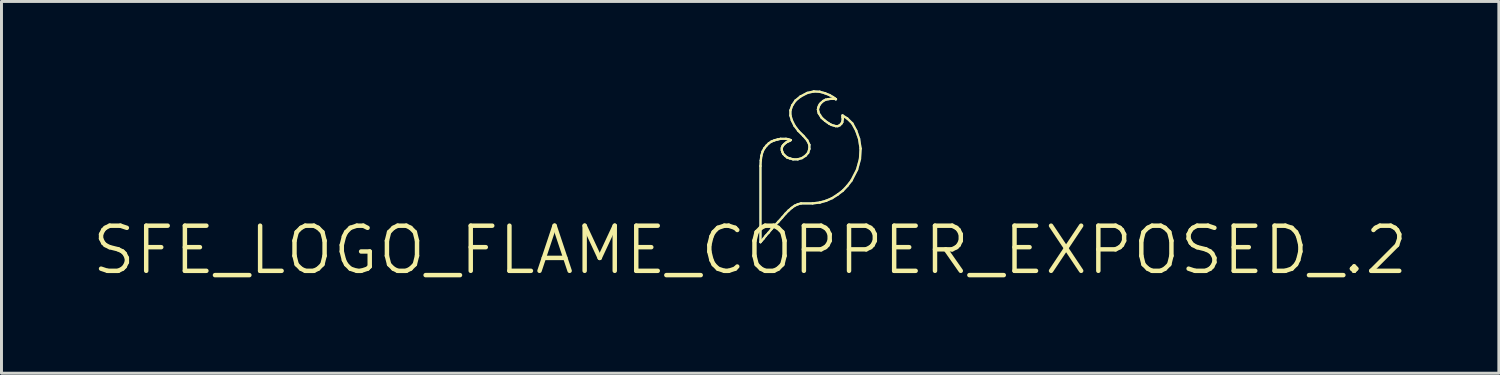
<source format=kicad_pcb>
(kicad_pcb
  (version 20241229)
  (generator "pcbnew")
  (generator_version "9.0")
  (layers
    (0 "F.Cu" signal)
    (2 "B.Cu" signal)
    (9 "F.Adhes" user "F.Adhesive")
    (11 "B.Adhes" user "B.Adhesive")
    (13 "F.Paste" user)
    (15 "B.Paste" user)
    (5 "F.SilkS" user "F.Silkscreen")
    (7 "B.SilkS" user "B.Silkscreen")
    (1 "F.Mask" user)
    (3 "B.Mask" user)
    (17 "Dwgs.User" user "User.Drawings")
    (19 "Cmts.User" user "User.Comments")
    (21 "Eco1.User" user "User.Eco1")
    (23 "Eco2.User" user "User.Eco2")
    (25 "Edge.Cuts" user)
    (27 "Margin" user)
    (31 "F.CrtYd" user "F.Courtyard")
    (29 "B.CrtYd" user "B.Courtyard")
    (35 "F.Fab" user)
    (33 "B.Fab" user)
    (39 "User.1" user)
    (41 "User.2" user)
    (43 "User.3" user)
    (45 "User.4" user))
  (footprint "SFE_LOGO_FLAME_COPPER_EXPOSED_.2"
    (layer "F.Cu")
    (at 22.279 5.397)
    (property "Reference" "SFE_LOGO_FLAME_COPPER_EXPOSED_.2" (at 0 0 0) (layer "F.SilkS") (effects (font (size 1.524 1.524) (thickness 0.15))))
    (attr exclude_from_pos_files exclude_from_bom)
    (fp_line (start 0.348 -2.84) (end 0.348 -0.269) (stroke (width 0.076) (type solid)) (layer "B.Cu"))
    (fp_line (start 0.348 -0.269) (end 0.358 -0.29) (stroke (width 0.076) (type solid)) (layer "B.Cu"))
    (fp_line (start 0.358 -3.028) (end 0.348 -2.84) (stroke (width 0.076) (type solid)) (layer "B.Cu"))
    (fp_line (start 0.358 -0.29) (end 0.399 -0.328) (stroke (width 0.076) (type solid)) (layer "B.Cu"))
    (fp_line (start 0.378 -3.188) (end 0.358 -3.028) (stroke (width 0.076) (type solid)) (layer "B.Cu"))
    (fp_line (start 0.399 -0.328) (end 0.46 -0.399) (stroke (width 0.076) (type solid)) (layer "B.Cu"))
    (fp_line (start 0.419 -3.33) (end 0.378 -3.188) (stroke (width 0.076) (type solid)) (layer "B.Cu"))
    (fp_line (start 0.46 -0.399) (end 0.528 -0.488) (stroke (width 0.076) (type solid)) (layer "B.Cu"))
    (fp_line (start 0.478 -3.439) (end 0.419 -3.33) (stroke (width 0.076) (type solid)) (layer "B.Cu"))
    (fp_line (start 0.528 -0.488) (end 0.62 -0.589) (stroke (width 0.076) (type solid)) (layer "B.Cu"))
    (fp_line (start 0.549 -3.528) (end 0.478 -3.439) (stroke (width 0.076) (type solid)) (layer "B.Cu"))
    (fp_line (start 0.62 -0.589) (end 0.719 -0.709) (stroke (width 0.076) (type solid)) (layer "B.Cu"))
    (fp_line (start 0.63 -3.609) (end 0.549 -3.528) (stroke (width 0.076) (type solid)) (layer "B.Cu"))
    (fp_line (start 0.719 -3.668) (end 0.63 -3.609) (stroke (width 0.076) (type solid)) (layer "B.Cu"))
    (fp_line (start 0.719 -0.709) (end 0.828 -0.828) (stroke (width 0.076) (type solid)) (layer "B.Cu"))
    (fp_line (start 0.818 -3.708) (end 0.719 -3.668) (stroke (width 0.076) (type solid)) (layer "B.Cu"))
    (fp_line (start 0.828 -0.828) (end 0.95 -0.958) (stroke (width 0.076) (type solid)) (layer "B.Cu"))
    (fp_line (start 0.93 -3.739) (end 0.818 -3.708) (stroke (width 0.076) (type solid)) (layer "B.Cu"))
    (fp_line (start 0.95 -0.958) (end 1.079 -1.1) (stroke (width 0.076) (type solid)) (layer "B.Cu"))
    (fp_line (start 1.029 -3.759) (end 0.93 -3.739) (stroke (width 0.076) (type solid)) (layer "B.Cu"))
    (fp_line (start 1.069 -3.449) (end 1.09 -3.508) (stroke (width 0.076) (type solid)) (layer "B.Cu"))
    (fp_line (start 1.069 -3.378) (end 1.069 -3.449) (stroke (width 0.076) (type solid)) (layer "B.Cu"))
    (fp_line (start 1.079 -1.1) (end 1.189 -1.229) (stroke (width 0.076) (type solid)) (layer "B.Cu"))
    (fp_line (start 1.09 -3.508) (end 1.118 -3.548) (stroke (width 0.076) (type solid)) (layer "B.Cu"))
    (fp_line (start 1.09 -3.31) (end 1.069 -3.378) (stroke (width 0.076) (type solid)) (layer "B.Cu"))
    (fp_line (start 1.118 -3.548) (end 1.158 -3.589) (stroke (width 0.076) (type solid)) (layer "B.Cu"))
    (fp_line (start 1.118 -3.249) (end 1.09 -3.31) (stroke (width 0.076) (type solid)) (layer "B.Cu"))
    (fp_line (start 1.158 -3.589) (end 1.209 -3.63) (stroke (width 0.076) (type solid)) (layer "B.Cu"))
    (fp_line (start 1.179 -3.188) (end 1.118 -3.249) (stroke (width 0.076) (type solid)) (layer "B.Cu"))
    (fp_line (start 1.189 -1.229) (end 1.298 -1.339) (stroke (width 0.076) (type solid)) (layer "B.Cu"))
    (fp_line (start 1.209 -3.759) (end 1.029 -3.759) (stroke (width 0.076) (type solid)) (layer "B.Cu"))
    (fp_line (start 1.209 -3.63) (end 1.25 -3.658) (stroke (width 0.076) (type solid)) (layer "B.Cu"))
    (fp_line (start 1.25 -3.658) (end 1.298 -3.678) (stroke (width 0.076) (type solid)) (layer "B.Cu"))
    (fp_line (start 1.25 -3.129) (end 1.179 -3.188) (stroke (width 0.076) (type solid)) (layer "B.Cu"))
    (fp_line (start 1.278 -3.749) (end 1.209 -3.759) (stroke (width 0.076) (type solid)) (layer "B.Cu"))
    (fp_line (start 1.298 -3.678) (end 1.339 -3.698) (stroke (width 0.076) (type solid)) (layer "B.Cu"))
    (fp_line (start 1.298 -1.339) (end 1.4 -1.427) (stroke (width 0.076) (type solid)) (layer "B.Cu"))
    (fp_line (start 1.328 -3.729) (end 1.278 -3.749) (stroke (width 0.076) (type solid)) (layer "B.Cu"))
    (fp_line (start 1.339 -3.698) (end 1.359 -3.708) (stroke (width 0.076) (type solid)) (layer "B.Cu"))
    (fp_line (start 1.339 -3.099) (end 1.25 -3.129) (stroke (width 0.076) (type solid)) (layer "B.Cu"))
    (fp_line (start 1.359 -4.719) (end 1.359 -4.549) (stroke (width 0.076) (type solid)) (layer "B.Cu"))
    (fp_line (start 1.359 -4.549) (end 1.41 -4.379) (stroke (width 0.076) (type solid)) (layer "B.Cu"))
    (fp_line (start 1.359 -3.719) (end 1.328 -3.729) (stroke (width 0.076) (type solid)) (layer "B.Cu"))
    (fp_line (start 1.359 -3.708) (end 1.369 -3.719) (stroke (width 0.076) (type solid)) (layer "B.Cu"))
    (fp_line (start 1.369 -3.719) (end 1.359 -3.719) (stroke (width 0.076) (type solid)) (layer "B.Cu"))
    (fp_line (start 1.4 -1.427) (end 1.499 -1.499) (stroke (width 0.076) (type solid)) (layer "B.Cu"))
    (fp_line (start 1.41 -4.379) (end 1.499 -4.199) (stroke (width 0.076) (type solid)) (layer "B.Cu"))
    (fp_line (start 1.42 -4.889) (end 1.359 -4.719) (stroke (width 0.076) (type solid)) (layer "B.Cu"))
    (fp_line (start 1.448 -3.068) (end 1.339 -3.099) (stroke (width 0.076) (type solid)) (layer "B.Cu"))
    (fp_line (start 1.499 -4.199) (end 1.628 -4.028) (stroke (width 0.076) (type solid)) (layer "B.Cu"))
    (fp_line (start 1.499 -1.499) (end 1.608 -1.549) (stroke (width 0.076) (type solid)) (layer "B.Cu"))
    (fp_line (start 1.529 -5.05) (end 1.42 -4.889) (stroke (width 0.076) (type solid)) (layer "B.Cu"))
    (fp_line (start 1.608 -3.068) (end 1.448 -3.068) (stroke (width 0.076) (type solid)) (layer "B.Cu"))
    (fp_line (start 1.608 -1.549) (end 1.72 -1.58) (stroke (width 0.076) (type solid)) (layer "B.Cu"))
    (fp_line (start 1.628 -4.028) (end 1.798 -3.858) (stroke (width 0.076) (type solid)) (layer "B.Cu"))
    (fp_line (start 1.699 -5.189) (end 1.529 -5.05) (stroke (width 0.076) (type solid)) (layer "B.Cu"))
    (fp_line (start 1.72 -1.58) (end 2.108 -1.58) (stroke (width 0.076) (type solid)) (layer "B.Cu"))
    (fp_line (start 1.748 -3.109) (end 1.608 -3.068) (stroke (width 0.076) (type solid)) (layer "B.Cu"))
    (fp_line (start 1.798 -3.858) (end 1.928 -3.708) (stroke (width 0.076) (type solid)) (layer "B.Cu"))
    (fp_line (start 1.869 -3.188) (end 1.748 -3.109) (stroke (width 0.076) (type solid)) (layer "B.Cu"))
    (fp_line (start 1.928 -5.309) (end 1.699 -5.189) (stroke (width 0.076) (type solid)) (layer "B.Cu"))
    (fp_line (start 1.928 -3.708) (end 1.999 -3.559) (stroke (width 0.076) (type solid)) (layer "B.Cu"))
    (fp_line (start 1.958 -3.289) (end 1.869 -3.188) (stroke (width 0.076) (type solid)) (layer "B.Cu"))
    (fp_line (start 1.999 -3.559) (end 1.999 -3.419) (stroke (width 0.076) (type solid)) (layer "B.Cu"))
    (fp_line (start 1.999 -3.419) (end 1.958 -3.289) (stroke (width 0.076) (type solid)) (layer "B.Cu"))
    (fp_line (start 2.108 -1.58) (end 2.349 -1.608) (stroke (width 0.076) (type solid)) (layer "B.Cu"))
    (fp_line (start 2.149 -5.359) (end 1.928 -5.309) (stroke (width 0.076) (type solid)) (layer "B.Cu"))
    (fp_line (start 2.289 -4.75) (end 2.299 -4.808) (stroke (width 0.076) (type solid)) (layer "B.Cu"))
    (fp_line (start 2.299 -4.808) (end 2.319 -4.859) (stroke (width 0.076) (type solid)) (layer "B.Cu"))
    (fp_line (start 2.299 -4.689) (end 2.289 -4.75) (stroke (width 0.076) (type solid)) (layer "B.Cu"))
    (fp_line (start 2.319 -4.859) (end 2.349 -4.92) (stroke (width 0.076) (type solid)) (layer "B.Cu"))
    (fp_line (start 2.319 -4.618) (end 2.299 -4.689) (stroke (width 0.076) (type solid)) (layer "B.Cu"))
    (fp_line (start 2.349 -5.349) (end 2.149 -5.359) (stroke (width 0.076) (type solid)) (layer "B.Cu"))
    (fp_line (start 2.349 -4.92) (end 2.388 -4.968) (stroke (width 0.076) (type solid)) (layer "B.Cu"))
    (fp_line (start 2.349 -1.608) (end 2.568 -1.669) (stroke (width 0.076) (type solid)) (layer "B.Cu"))
    (fp_line (start 2.36 -4.559) (end 2.319 -4.618) (stroke (width 0.076) (type solid)) (layer "B.Cu"))
    (fp_line (start 2.388 -4.968) (end 2.469 -5.039) (stroke (width 0.076) (type solid)) (layer "B.Cu"))
    (fp_line (start 2.408 -4.478) (end 2.36 -4.559) (stroke (width 0.076) (type solid)) (layer "B.Cu"))
    (fp_line (start 2.459 -4.43) (end 2.408 -4.478) (stroke (width 0.076) (type solid)) (layer "B.Cu"))
    (fp_line (start 2.469 -5.039) (end 2.548 -5.08) (stroke (width 0.076) (type solid)) (layer "B.Cu"))
    (fp_line (start 2.53 -5.298) (end 2.349 -5.349) (stroke (width 0.076) (type solid)) (layer "B.Cu"))
    (fp_line (start 2.53 -4.369) (end 2.459 -4.43) (stroke (width 0.076) (type solid)) (layer "B.Cu"))
    (fp_line (start 2.548 -5.08) (end 2.629 -5.098) (stroke (width 0.076) (type solid)) (layer "B.Cu"))
    (fp_line (start 2.568 -1.669) (end 2.769 -1.758) (stroke (width 0.076) (type solid)) (layer "B.Cu"))
    (fp_line (start 2.598 -4.318) (end 2.53 -4.369) (stroke (width 0.076) (type solid)) (layer "B.Cu"))
    (fp_line (start 2.629 -5.098) (end 2.718 -5.108) (stroke (width 0.076) (type solid)) (layer "B.Cu"))
    (fp_line (start 2.67 -4.27) (end 2.598 -4.318) (stroke (width 0.076) (type solid)) (layer "B.Cu"))
    (fp_line (start 2.68 -5.237) (end 2.53 -5.298) (stroke (width 0.076) (type solid)) (layer "B.Cu"))
    (fp_line (start 2.718 -5.108) (end 2.85 -5.108) (stroke (width 0.076) (type solid)) (layer "B.Cu"))
    (fp_line (start 2.748 -4.229) (end 2.67 -4.27) (stroke (width 0.076) (type solid)) (layer "B.Cu"))
    (fp_line (start 2.769 -1.758) (end 2.959 -1.88) (stroke (width 0.076) (type solid)) (layer "B.Cu"))
    (fp_line (start 2.799 -5.169) (end 2.68 -5.237) (stroke (width 0.076) (type solid)) (layer "B.Cu"))
    (fp_line (start 2.819 -4.209) (end 2.748 -4.229) (stroke (width 0.076) (type solid)) (layer "B.Cu"))
    (fp_line (start 2.85 -5.108) (end 2.888 -5.098) (stroke (width 0.076) (type solid)) (layer "B.Cu"))
    (fp_line (start 2.868 -5.118) (end 2.799 -5.169) (stroke (width 0.076) (type solid)) (layer "B.Cu"))
    (fp_line (start 2.888 -5.098) (end 2.898 -5.098) (stroke (width 0.076) (type solid)) (layer "B.Cu"))
    (fp_line (start 2.888 -4.188) (end 2.819 -4.209) (stroke (width 0.076) (type solid)) (layer "B.Cu"))
    (fp_line (start 2.898 -5.098) (end 2.868 -5.118) (stroke (width 0.076) (type solid)) (layer "B.Cu"))
    (fp_line (start 2.959 -4.188) (end 2.888 -4.188) (stroke (width 0.076) (type solid)) (layer "B.Cu"))
    (fp_line (start 2.959 -1.88) (end 3.129 -2.009) (stroke (width 0.076) (type solid)) (layer "B.Cu"))
    (fp_line (start 3.028 -4.219) (end 2.959 -4.188) (stroke (width 0.076) (type solid)) (layer "B.Cu"))
    (fp_line (start 3.078 -4.27) (end 3.028 -4.219) (stroke (width 0.076) (type solid)) (layer "B.Cu"))
    (fp_line (start 3.109 -4.318) (end 3.078 -4.27) (stroke (width 0.076) (type solid)) (layer "B.Cu"))
    (fp_line (start 3.119 -4.549) (end 3.119 -4.539) (stroke (width 0.076) (type solid)) (layer "B.Cu"))
    (fp_line (start 3.119 -4.539) (end 3.119 -4.488) (stroke (width 0.076) (type solid)) (layer "B.Cu"))
    (fp_line (start 3.119 -4.488) (end 3.129 -4.44) (stroke (width 0.076) (type solid)) (layer "B.Cu"))
    (fp_line (start 3.119 -4.379) (end 3.109 -4.318) (stroke (width 0.076) (type solid)) (layer "B.Cu"))
    (fp_line (start 3.129 -4.44) (end 3.119 -4.379) (stroke (width 0.076) (type solid)) (layer "B.Cu"))
    (fp_line (start 3.129 -2.009) (end 3.279 -2.169) (stroke (width 0.076) (type solid)) (layer "B.Cu"))
    (fp_line (start 3.279 -4.448) (end 3.119 -4.549) (stroke (width 0.076) (type solid)) (layer "B.Cu"))
    (fp_line (start 3.279 -2.169) (end 3.419 -2.349) (stroke (width 0.076) (type solid)) (layer "B.Cu"))
    (fp_line (start 3.419 -2.349) (end 3.609 -2.718) (stroke (width 0.076) (type solid)) (layer "B.Cu"))
    (fp_line (start 3.449 -4.28) (end 3.279 -4.448) (stroke (width 0.076) (type solid)) (layer "B.Cu"))
    (fp_line (start 3.579 -4.039) (end 3.449 -4.28) (stroke (width 0.076) (type solid)) (layer "B.Cu"))
    (fp_line (start 3.609 -2.718) (end 3.708 -3.078) (stroke (width 0.076) (type solid)) (layer "B.Cu"))
    (fp_line (start 3.678 -3.759) (end 3.579 -4.039) (stroke (width 0.076) (type solid)) (layer "B.Cu"))
    (fp_line (start 3.708 -3.078) (end 3.729 -3.429) (stroke (width 0.076) (type solid)) (layer "B.Cu"))
    (fp_line (start 3.729 -3.429) (end 3.678 -3.759) (stroke (width 0.076) (type solid)) (layer "B.Cu"))
    (fp_line (start 0.348 -2.84) (end 0.348 -0.269) (stroke (width 0.076) (type solid)) (layer "F.SilkS"))
    (fp_line (start 0.348 -0.269) (end 0.358 -0.29) (stroke (width 0.076) (type solid)) (layer "F.SilkS"))
    (fp_line (start 0.358 -3.028) (end 0.348 -2.84) (stroke (width 0.076) (type solid)) (layer "F.SilkS"))
    (fp_line (start 0.358 -0.29) (end 0.399 -0.328) (stroke (width 0.076) (type solid)) (layer "F.SilkS"))
    (fp_line (start 0.378 -3.188) (end 0.358 -3.028) (stroke (width 0.076) (type solid)) (layer "F.SilkS"))
    (fp_line (start 0.399 -0.328) (end 0.46 -0.399) (stroke (width 0.076) (type solid)) (layer "F.SilkS"))
    (fp_line (start 0.419 -3.33) (end 0.378 -3.188) (stroke (width 0.076) (type solid)) (layer "F.SilkS"))
    (fp_line (start 0.46 -0.399) (end 0.528 -0.488) (stroke (width 0.076) (type solid)) (layer "F.SilkS"))
    (fp_line (start 0.478 -3.439) (end 0.419 -3.33) (stroke (width 0.076) (type solid)) (layer "F.SilkS"))
    (fp_line (start 0.528 -0.488) (end 0.62 -0.589) (stroke (width 0.076) (type solid)) (layer "F.SilkS"))
    (fp_line (start 0.549 -3.528) (end 0.478 -3.439) (stroke (width 0.076) (type solid)) (layer "F.SilkS"))
    (fp_line (start 0.62 -0.589) (end 0.719 -0.709) (stroke (width 0.076) (type solid)) (layer "F.SilkS"))
    (fp_line (start 0.63 -3.609) (end 0.549 -3.528) (stroke (width 0.076) (type solid)) (layer "F.SilkS"))
    (fp_line (start 0.719 -3.668) (end 0.63 -3.609) (stroke (width 0.076) (type solid)) (layer "F.SilkS"))
    (fp_line (start 0.719 -0.709) (end 0.828 -0.828) (stroke (width 0.076) (type solid)) (layer "F.SilkS"))
    (fp_line (start 0.818 -3.708) (end 0.719 -3.668) (stroke (width 0.076) (type solid)) (layer "F.SilkS"))
    (fp_line (start 0.828 -0.828) (end 0.95 -0.958) (stroke (width 0.076) (type solid)) (layer "F.SilkS"))
    (fp_line (start 0.93 -3.739) (end 0.818 -3.708) (stroke (width 0.076) (type solid)) (layer "F.SilkS"))
    (fp_line (start 0.95 -0.958) (end 1.079 -1.1) (stroke (width 0.076) (type solid)) (layer "F.SilkS"))
    (fp_line (start 1.029 -3.759) (end 0.93 -3.739) (stroke (width 0.076) (type solid)) (layer "F.SilkS"))
    (fp_line (start 1.069 -3.449) (end 1.09 -3.508) (stroke (width 0.076) (type solid)) (layer "F.SilkS"))
    (fp_line (start 1.069 -3.378) (end 1.069 -3.449) (stroke (width 0.076) (type solid)) (layer "F.SilkS"))
    (fp_line (start 1.079 -1.1) (end 1.189 -1.229) (stroke (width 0.076) (type solid)) (layer "F.SilkS"))
    (fp_line (start 1.09 -3.508) (end 1.118 -3.548) (stroke (width 0.076) (type solid)) (layer "F.SilkS"))
    (fp_line (start 1.09 -3.31) (end 1.069 -3.378) (stroke (width 0.076) (type solid)) (layer "F.SilkS"))
    (fp_line (start 1.118 -3.548) (end 1.158 -3.589) (stroke (width 0.076) (type solid)) (layer "F.SilkS"))
    (fp_line (start 1.118 -3.249) (end 1.09 -3.31) (stroke (width 0.076) (type solid)) (layer "F.SilkS"))
    (fp_line (start 1.158 -3.589) (end 1.209 -3.63) (stroke (width 0.076) (type solid)) (layer "F.SilkS"))
    (fp_line (start 1.179 -3.188) (end 1.118 -3.249) (stroke (width 0.076) (type solid)) (layer "F.SilkS"))
    (fp_line (start 1.189 -1.229) (end 1.298 -1.339) (stroke (width 0.076) (type solid)) (layer "F.SilkS"))
    (fp_line (start 1.209 -3.759) (end 1.029 -3.759) (stroke (width 0.076) (type solid)) (layer "F.SilkS"))
    (fp_line (start 1.209 -3.63) (end 1.25 -3.658) (stroke (width 0.076) (type solid)) (layer "F.SilkS"))
    (fp_line (start 1.25 -3.658) (end 1.298 -3.678) (stroke (width 0.076) (type solid)) (layer "F.SilkS"))
    (fp_line (start 1.25 -3.129) (end 1.179 -3.188) (stroke (width 0.076) (type solid)) (layer "F.SilkS"))
    (fp_line (start 1.278 -3.749) (end 1.209 -3.759) (stroke (width 0.076) (type solid)) (layer "F.SilkS"))
    (fp_line (start 1.298 -3.678) (end 1.359 -3.708) (stroke (width 0.076) (type solid)) (layer "F.SilkS"))
    (fp_line (start 1.298 -1.339) (end 1.4 -1.427) (stroke (width 0.076) (type solid)) (layer "F.SilkS"))
    (fp_line (start 1.328 -3.729) (end 1.278 -3.749) (stroke (width 0.076) (type solid)) (layer "F.SilkS"))
    (fp_line (start 1.339 -3.099) (end 1.25 -3.129) (stroke (width 0.076) (type solid)) (layer "F.SilkS"))
    (fp_line (start 1.359 -4.719) (end 1.359 -4.549) (stroke (width 0.076) (type solid)) (layer "F.SilkS"))
    (fp_line (start 1.359 -4.549) (end 1.41 -4.379) (stroke (width 0.076) (type solid)) (layer "F.SilkS"))
    (fp_line (start 1.359 -3.719) (end 1.328 -3.729) (stroke (width 0.076) (type solid)) (layer "F.SilkS"))
    (fp_line (start 1.359 -3.708) (end 1.369 -3.719) (stroke (width 0.076) (type solid)) (layer "F.SilkS"))
    (fp_line (start 1.369 -3.719) (end 1.359 -3.719) (stroke (width 0.076) (type solid)) (layer "F.SilkS"))
    (fp_line (start 1.4 -1.427) (end 1.499 -1.499) (stroke (width 0.076) (type solid)) (layer "F.SilkS"))
    (fp_line (start 1.41 -4.379) (end 1.499 -4.199) (stroke (width 0.076) (type solid)) (layer "F.SilkS"))
    (fp_line (start 1.42 -4.889) (end 1.359 -4.719) (stroke (width 0.076) (type solid)) (layer "F.SilkS"))
    (fp_line (start 1.448 -3.068) (end 1.339 -3.099) (stroke (width 0.076) (type solid)) (layer "F.SilkS"))
    (fp_line (start 1.499 -4.199) (end 1.628 -4.028) (stroke (width 0.076) (type solid)) (layer "F.SilkS"))
    (fp_line (start 1.499 -1.499) (end 1.608 -1.549) (stroke (width 0.076) (type solid)) (layer "F.SilkS"))
    (fp_line (start 1.529 -5.05) (end 1.42 -4.889) (stroke (width 0.076) (type solid)) (layer "F.SilkS"))
    (fp_line (start 1.608 -3.068) (end 1.448 -3.068) (stroke (width 0.076) (type solid)) (layer "F.SilkS"))
    (fp_line (start 1.608 -1.549) (end 1.72 -1.58) (stroke (width 0.076) (type solid)) (layer "F.SilkS"))
    (fp_line (start 1.628 -4.028) (end 1.798 -3.858) (stroke (width 0.076) (type solid)) (layer "F.SilkS"))
    (fp_line (start 1.699 -5.189) (end 1.529 -5.05) (stroke (width 0.076) (type solid)) (layer "F.SilkS"))
    (fp_line (start 1.72 -1.58) (end 2.108 -1.58) (stroke (width 0.076) (type solid)) (layer "F.SilkS"))
    (fp_line (start 1.748 -3.109) (end 1.608 -3.068) (stroke (width 0.076) (type solid)) (layer "F.SilkS"))
    (fp_line (start 1.798 -3.858) (end 1.928 -3.708) (stroke (width 0.076) (type solid)) (layer "F.SilkS"))
    (fp_line (start 1.869 -3.188) (end 1.748 -3.109) (stroke (width 0.076) (type solid)) (layer "F.SilkS"))
    (fp_line (start 1.928 -5.309) (end 1.699 -5.189) (stroke (width 0.076) (type solid)) (layer "F.SilkS"))
    (fp_line (start 1.928 -3.708) (end 1.999 -3.559) (stroke (width 0.076) (type solid)) (layer "F.SilkS"))
    (fp_line (start 1.958 -3.289) (end 1.869 -3.188) (stroke (width 0.076) (type solid)) (layer "F.SilkS"))
    (fp_line (start 1.999 -3.559) (end 1.999 -3.419) (stroke (width 0.076) (type solid)) (layer "F.SilkS"))
    (fp_line (start 1.999 -3.419) (end 1.958 -3.289) (stroke (width 0.076) (type solid)) (layer "F.SilkS"))
    (fp_line (start 2.108 -1.58) (end 2.349 -1.608) (stroke (width 0.076) (type solid)) (layer "F.SilkS"))
    (fp_line (start 2.149 -5.359) (end 1.928 -5.309) (stroke (width 0.076) (type solid)) (layer "F.SilkS"))
    (fp_line (start 2.289 -4.75) (end 2.299 -4.808) (stroke (width 0.076) (type solid)) (layer "F.SilkS"))
    (fp_line (start 2.299 -4.808) (end 2.319 -4.859) (stroke (width 0.076) (type solid)) (layer "F.SilkS"))
    (fp_line (start 2.299 -4.689) (end 2.289 -4.75) (stroke (width 0.076) (type solid)) (layer "F.SilkS"))
    (fp_line (start 2.319 -4.859) (end 2.349 -4.92) (stroke (width 0.076) (type solid)) (layer "F.SilkS"))
    (fp_line (start 2.319 -4.618) (end 2.299 -4.689) (stroke (width 0.076) (type solid)) (layer "F.SilkS"))
    (fp_line (start 2.349 -5.349) (end 2.149 -5.359) (stroke (width 0.076) (type solid)) (layer "F.SilkS"))
    (fp_line (start 2.349 -4.92) (end 2.388 -4.968) (stroke (width 0.076) (type solid)) (layer "F.SilkS"))
    (fp_line (start 2.349 -1.608) (end 2.568 -1.669) (stroke (width 0.076) (type solid)) (layer "F.SilkS"))
    (fp_line (start 2.36 -4.559) (end 2.319 -4.618) (stroke (width 0.076) (type solid)) (layer "F.SilkS"))
    (fp_line (start 2.388 -4.968) (end 2.469 -5.039) (stroke (width 0.076) (type solid)) (layer "F.SilkS"))
    (fp_line (start 2.408 -4.478) (end 2.36 -4.559) (stroke (width 0.076) (type solid)) (layer "F.SilkS"))
    (fp_line (start 2.459 -4.43) (end 2.408 -4.478) (stroke (width 0.076) (type solid)) (layer "F.SilkS"))
    (fp_line (start 2.469 -5.039) (end 2.548 -5.08) (stroke (width 0.076) (type solid)) (layer "F.SilkS"))
    (fp_line (start 2.53 -5.298) (end 2.349 -5.349) (stroke (width 0.076) (type solid)) (layer "F.SilkS"))
    (fp_line (start 2.53 -4.369) (end 2.459 -4.43) (stroke (width 0.076) (type solid)) (layer "F.SilkS"))
    (fp_line (start 2.548 -5.08) (end 2.629 -5.098) (stroke (width 0.076) (type solid)) (layer "F.SilkS"))
    (fp_line (start 2.568 -1.669) (end 2.769 -1.758) (stroke (width 0.076) (type solid)) (layer "F.SilkS"))
    (fp_line (start 2.629 -5.098) (end 2.718 -5.108) (stroke (width 0.076) (type solid)) (layer "F.SilkS"))
    (fp_line (start 2.67 -4.27) (end 2.53 -4.369) (stroke (width 0.076) (type solid)) (layer "F.SilkS"))
    (fp_line (start 2.68 -5.237) (end 2.53 -5.298) (stroke (width 0.076) (type solid)) (layer "F.SilkS"))
    (fp_line (start 2.718 -5.108) (end 2.85 -5.108) (stroke (width 0.076) (type solid)) (layer "F.SilkS"))
    (fp_line (start 2.748 -4.229) (end 2.67 -4.27) (stroke (width 0.076) (type solid)) (layer "F.SilkS"))
    (fp_line (start 2.769 -1.758) (end 2.959 -1.88) (stroke (width 0.076) (type solid)) (layer "F.SilkS"))
    (fp_line (start 2.799 -5.169) (end 2.68 -5.237) (stroke (width 0.076) (type solid)) (layer "F.SilkS"))
    (fp_line (start 2.85 -5.108) (end 2.888 -5.098) (stroke (width 0.076) (type solid)) (layer "F.SilkS"))
    (fp_line (start 2.868 -5.118) (end 2.799 -5.169) (stroke (width 0.076) (type solid)) (layer "F.SilkS"))
    (fp_line (start 2.888 -5.098) (end 2.898 -5.098) (stroke (width 0.076) (type solid)) (layer "F.SilkS"))
    (fp_line (start 2.888 -4.188) (end 2.748 -4.229) (stroke (width 0.076) (type solid)) (layer "F.SilkS"))
    (fp_line (start 2.898 -5.098) (end 2.868 -5.118) (stroke (width 0.076) (type solid)) (layer "F.SilkS"))
    (fp_line (start 2.959 -4.188) (end 2.888 -4.188) (stroke (width 0.076) (type solid)) (layer "F.SilkS"))
    (fp_line (start 2.959 -1.88) (end 3.129 -2.009) (stroke (width 0.076) (type solid)) (layer "F.SilkS"))
    (fp_line (start 3.028 -4.219) (end 2.959 -4.188) (stroke (width 0.076) (type solid)) (layer "F.SilkS"))
    (fp_line (start 3.078 -4.27) (end 3.028 -4.219) (stroke (width 0.076) (type solid)) (layer "F.SilkS"))
    (fp_line (start 3.109 -4.318) (end 3.078 -4.27) (stroke (width 0.076) (type solid)) (layer "F.SilkS"))
    (fp_line (start 3.119 -4.549) (end 3.119 -4.488) (stroke (width 0.076) (type solid)) (layer "F.SilkS"))
    (fp_line (start 3.119 -4.488) (end 3.129 -4.44) (stroke (width 0.076) (type solid)) (layer "F.SilkS"))
    (fp_line (start 3.129 -4.44) (end 3.109 -4.318) (stroke (width 0.076) (type solid)) (layer "F.SilkS"))
    (fp_line (start 3.129 -2.009) (end 3.279 -2.169) (stroke (width 0.076) (type solid)) (layer "F.SilkS"))
    (fp_line (start 3.279 -4.448) (end 3.119 -4.549) (stroke (width 0.076) (type solid)) (layer "F.SilkS"))
    (fp_line (start 3.279 -2.169) (end 3.419 -2.349) (stroke (width 0.076) (type solid)) (layer "F.SilkS"))
    (fp_line (start 3.419 -2.349) (end 3.609 -2.718) (stroke (width 0.076) (type solid)) (layer "F.SilkS"))
    (fp_line (start 3.449 -4.28) (end 3.279 -4.448) (stroke (width 0.076) (type solid)) (layer "F.SilkS"))
    (fp_line (start 3.579 -4.039) (end 3.449 -4.28) (stroke (width 0.076) (type solid)) (layer "F.SilkS"))
    (fp_line (start 3.609 -2.718) (end 3.708 -3.078) (stroke (width 0.076) (type solid)) (layer "F.SilkS"))
    (fp_line (start 3.678 -3.759) (end 3.579 -4.039) (stroke (width 0.076) (type solid)) (layer "F.SilkS"))
    (fp_line (start 3.708 -3.078) (end 3.729 -3.429) (stroke (width 0.076) (type solid)) (layer "F.SilkS"))
    (fp_line (start 3.729 -3.429) (end 3.678 -3.759) (stroke (width 0.076) (type solid)) (layer "F.SilkS")))
  (gr_rect
    (start -3 -3)
    (end 47.559 9.552)
    (stroke (width 0.1) (type default))
    (fill no)
    (layer "Edge.Cuts")))
</source>
